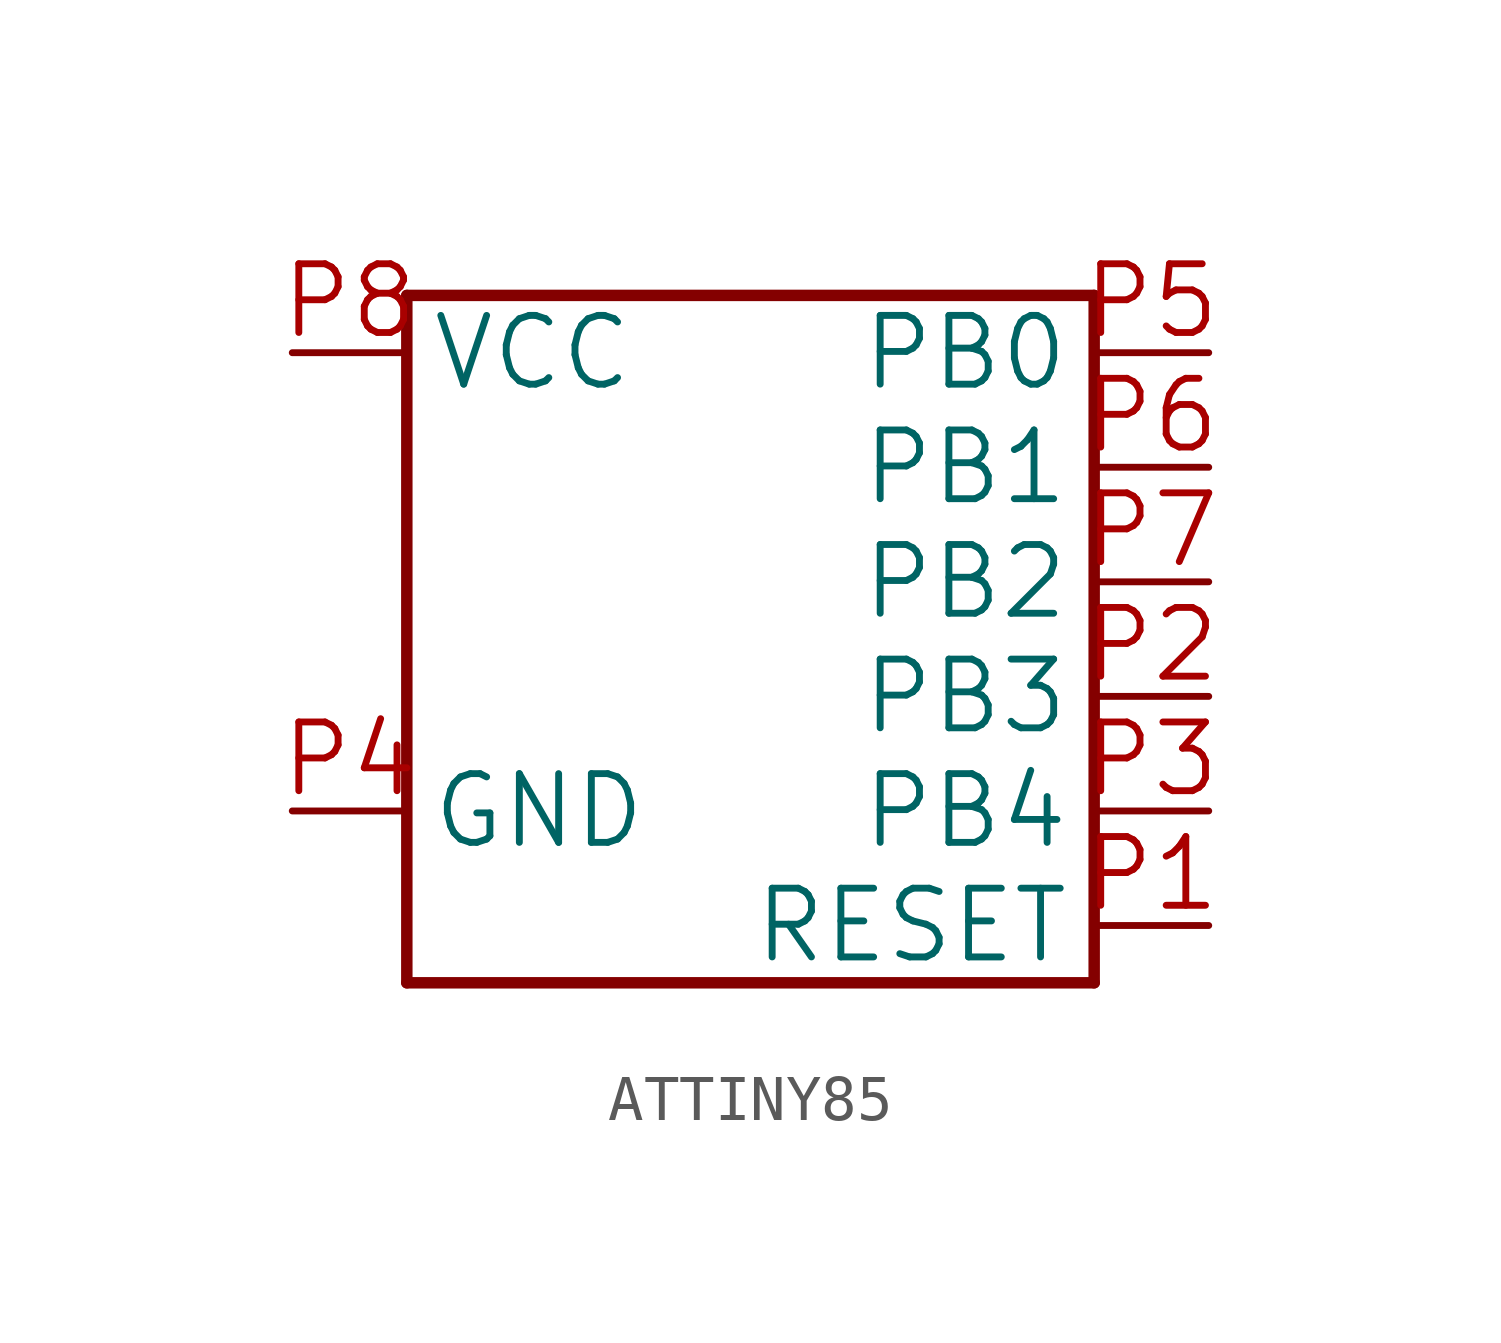
<source format=kicad_sym>
(kicad_symbol_lib
  (version 20241209)
  (generator "kicad_symbol_editor")
  (generator_version "9.0")
  (symbol "ATTINY85"
    (property "Reference" "ATTINY85-"
      (at 0 0 0)
      (effects (font (size 1.27 1.27)) (hide yes)))
    (property "ki_locked" ""
      (at 0 0 0)
      (effects (font (size 1.27 1.27))))
    (symbol "ATTINY85_1_0"
      (polyline (pts (xy -7.62 6.35) (xy 7.62 6.35)) (stroke (width 0.254) (type solid)) (fill (type none)))
      (polyline (pts (xy -7.62 -8.89) (xy -7.62 6.35)) (stroke (width 0.254) (type solid)) (fill (type none)))
      (polyline (pts (xy 7.62 6.35) (xy 7.62 -8.89)) (stroke (width 0.254) (type solid)) (fill (type none)))
      (polyline (pts (xy 7.62 -8.89) (xy -7.62 -8.89)) (stroke (width 0.254) (type solid)) (fill (type none)))
      (pin bidirectional line (at -10.16 5.08 0) (length 2.54) (name "VCC" (effects (font (size 1.524 1.524)))) (number "P8" (effects (font (size 1.524 1.524)))))
      (pin bidirectional line (at -10.16 -5.08 0) (length 2.54) (name "GND" (effects (font (size 1.524 1.524)))) (number "P4" (effects (font (size 1.524 1.524)))))
      (pin bidirectional line (at 10.16 5.08 180) (length 2.54) (name "PB0" (effects (font (size 1.524 1.524)))) (number "P5" (effects (font (size 1.524 1.524)))))
      (pin bidirectional line (at 10.16 2.54 180) (length 2.54) (name "PB1" (effects (font (size 1.524 1.524)))) (number "P6" (effects (font (size 1.524 1.524)))))
      (pin bidirectional line (at 10.16 0 180) (length 2.54) (name "PB2" (effects (font (size 1.524 1.524)))) (number "P7" (effects (font (size 1.524 1.524)))))
      (pin bidirectional line (at 10.16 -2.54 180) (length 2.54) (name "PB3" (effects (font (size 1.524 1.524)))) (number "P2" (effects (font (size 1.524 1.524)))))
      (pin bidirectional line (at 10.16 -5.08 180) (length 2.54) (name "PB4" (effects (font (size 1.524 1.524)))) (number "P3" (effects (font (size 1.524 1.524)))))
      (pin bidirectional line (at 10.16 -7.62 180) (length 2.54) (name "RESET" (effects (font (size 1.524 1.524)))) (number "P1" (effects (font (size 1.524 1.524))))))))
</source>
